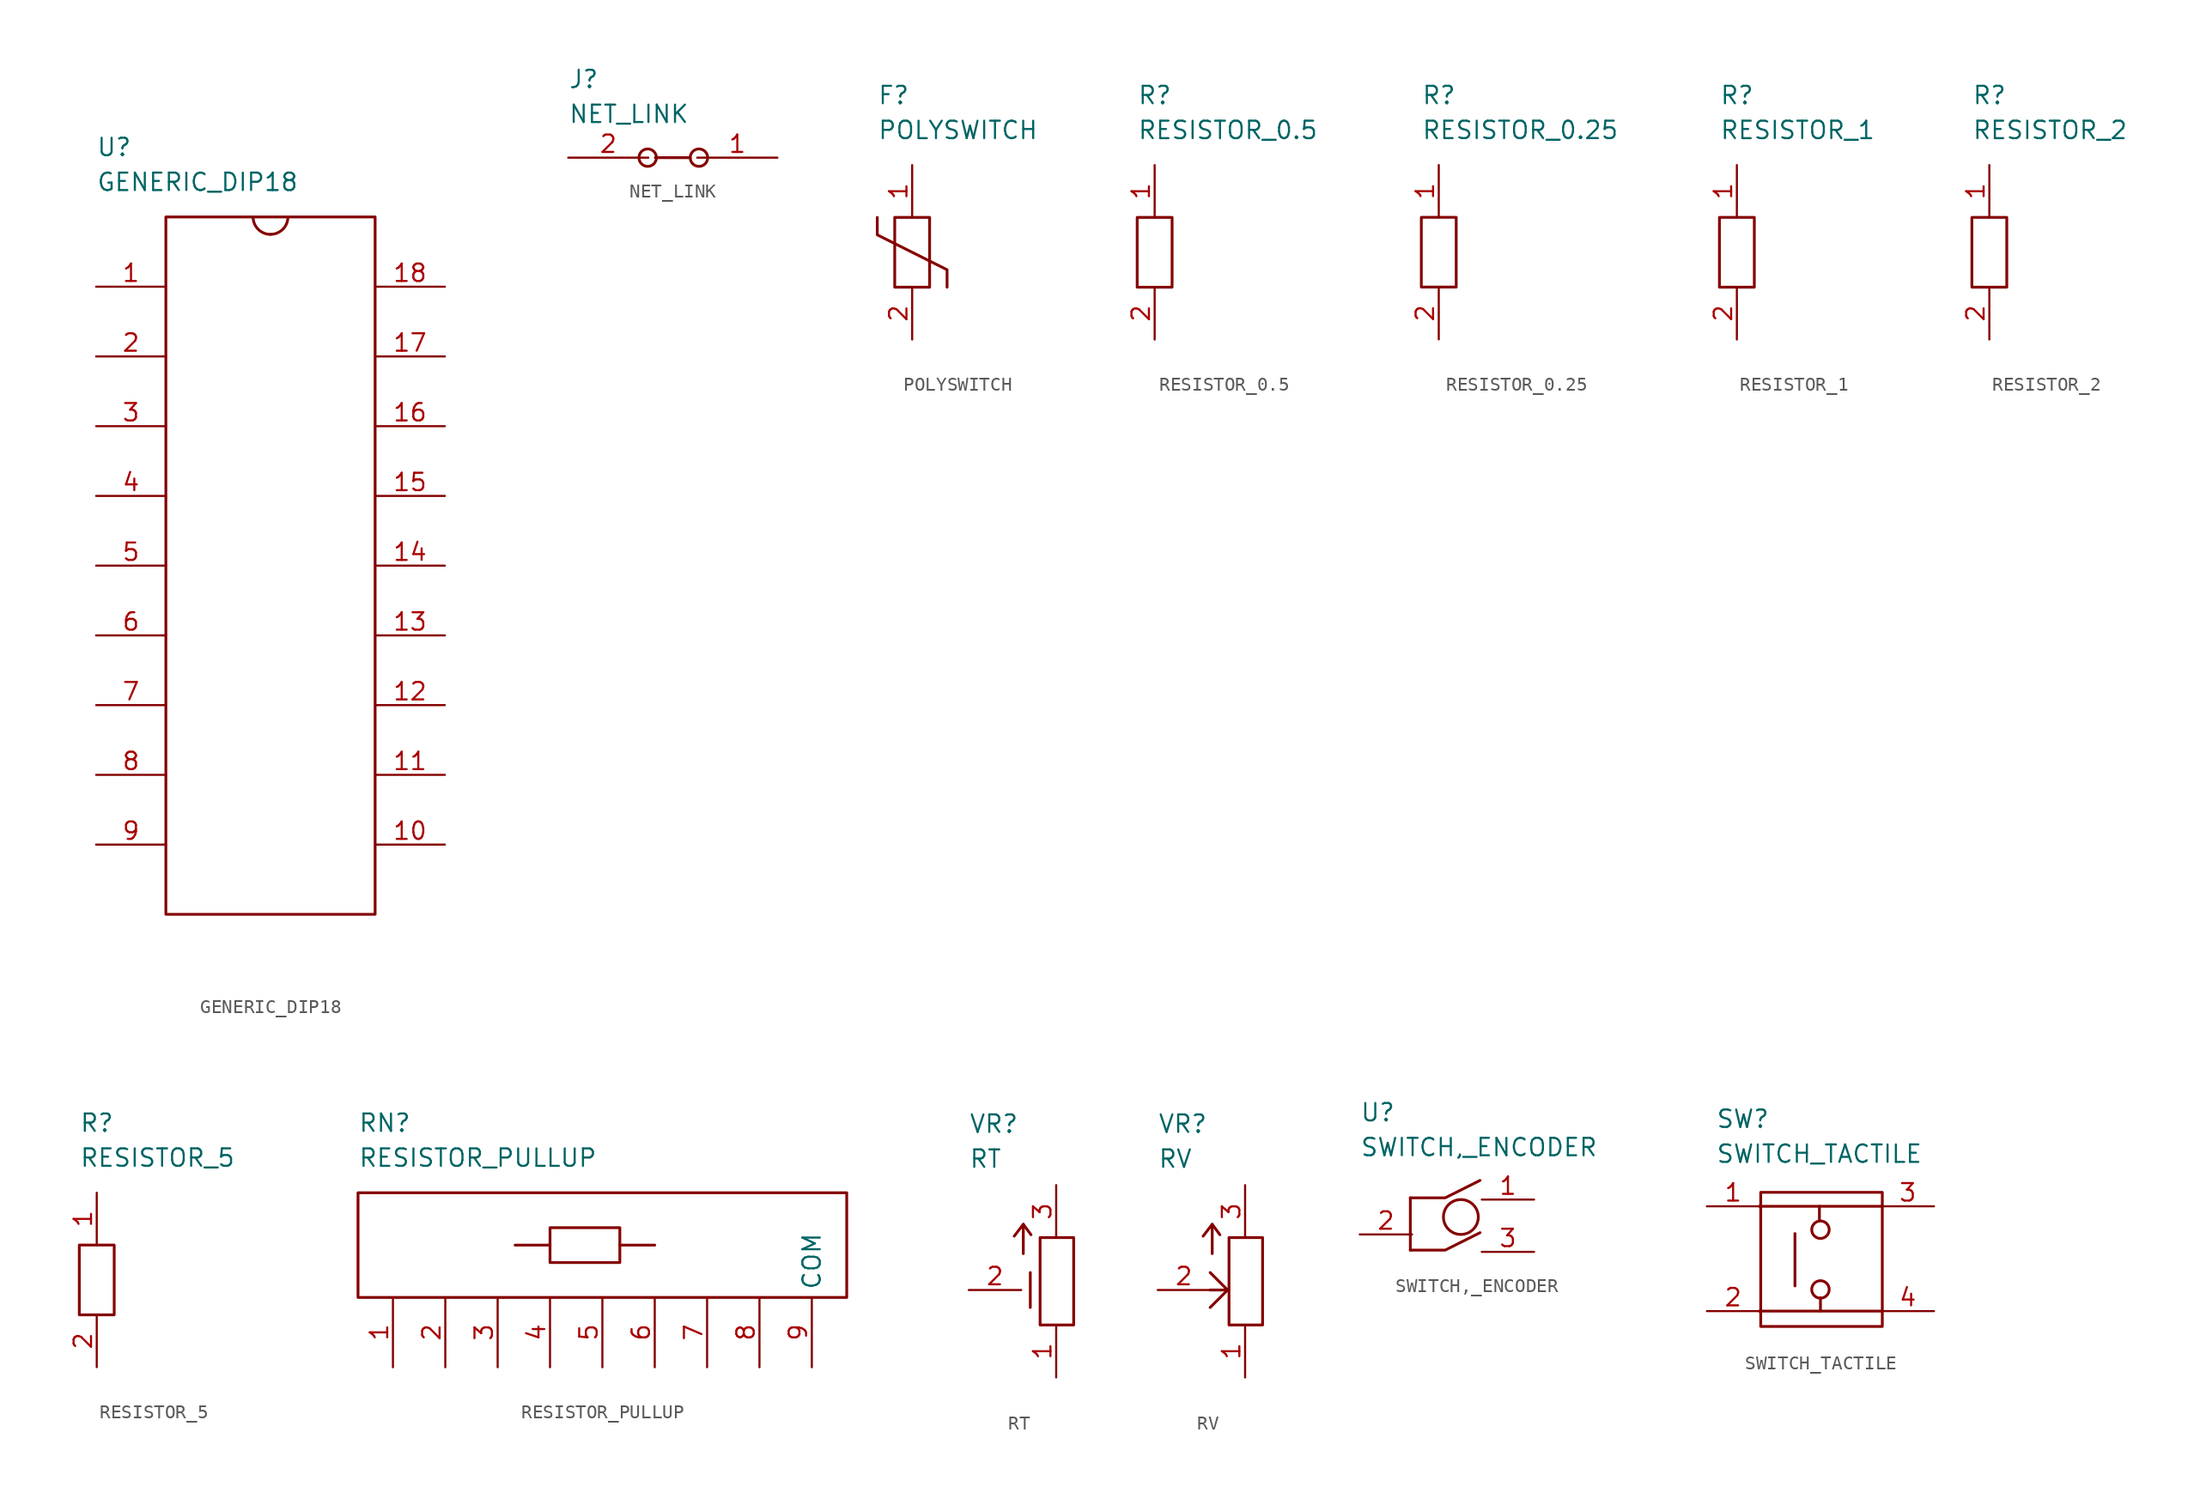
<source format=kicad_sym>
(kicad_symbol_lib
  (version 20211014)
  (generator kicad_symbol_editor)
  (symbol "GENERIC_DIP18"
    (property "Reference" "U"
      (at -12.7 30.48 0)
      (effects (font (size 1.27 1.27)) (justify left)))
    (property "Value" "GENERIC_DIP18"
      (at -12.7 27.94 0)
      (effects (font (size 1.27 1.27)) (justify left)))
    (property "ki_locked" ""
      (at 0 0 0)
      (effects (font (size 1.27 1.27))))
    (symbol "GENERIC_DIP18_0_0"
      (rectangle (start -7.62 25.4) (end 7.62 -25.4) (stroke (width 0.203) (type default) (color 0 0 0 0)) (fill (type none)))
      (arc (start -1.27 25.4) (mid -0.898 24.502) (end 0 24.13) (stroke (width 0.2032) (type default) (color 0 0 0 0)) (fill (type none)))
      (arc (start 0 24.13) (mid 0.898 24.502) (end 1.27 25.4) (stroke (width 0.2032) (type default) (color 0 0 0 0)) (fill (type none))))
    (symbol "GENERIC_DIP18_1_0"
      (pin unspecified line (at -12.7 20.32 0) (length 5.08) (name "~" (effects (font (size 1.27 1.27)))) (number "1" (effects (font (size 1.27 1.27)))))
      (pin unspecified line (at 12.7 -20.32 180) (length 5.08) (name "~" (effects (font (size 1.27 1.27)))) (number "10" (effects (font (size 1.27 1.27)))))
      (pin unspecified line (at 12.7 -15.24 180) (length 5.08) (name "~" (effects (font (size 1.27 1.27)))) (number "11" (effects (font (size 1.27 1.27)))))
      (pin unspecified line (at 12.7 -10.16 180) (length 5.08) (name "~" (effects (font (size 1.27 1.27)))) (number "12" (effects (font (size 1.27 1.27)))))
      (pin unspecified line (at 12.7 -5.08 180) (length 5.08) (name "~" (effects (font (size 1.27 1.27)))) (number "13" (effects (font (size 1.27 1.27)))))
      (pin unspecified line (at 12.7 0 180) (length 5.08) (name "~" (effects (font (size 1.27 1.27)))) (number "14" (effects (font (size 1.27 1.27)))))
      (pin unspecified line (at 12.7 5.08 180) (length 5.08) (name "~" (effects (font (size 1.27 1.27)))) (number "15" (effects (font (size 1.27 1.27)))))
      (pin unspecified line (at 12.7 10.16 180) (length 5.08) (name "~" (effects (font (size 1.27 1.27)))) (number "16" (effects (font (size 1.27 1.27)))))
      (pin unspecified line (at 12.7 15.24 180) (length 5.08) (name "~" (effects (font (size 1.27 1.27)))) (number "17" (effects (font (size 1.27 1.27)))))
      (pin unspecified line (at 12.7 20.32 180) (length 5.08) (name "~" (effects (font (size 1.27 1.27)))) (number "18" (effects (font (size 1.27 1.27)))))
      (pin unspecified line (at -12.7 15.24 0) (length 5.08) (name "~" (effects (font (size 1.27 1.27)))) (number "2" (effects (font (size 1.27 1.27)))))
      (pin unspecified line (at -12.7 10.16 0) (length 5.08) (name "~" (effects (font (size 1.27 1.27)))) (number "3" (effects (font (size 1.27 1.27)))))
      (pin unspecified line (at -12.7 5.08 0) (length 5.08) (name "~" (effects (font (size 1.27 1.27)))) (number "4" (effects (font (size 1.27 1.27)))))
      (pin unspecified line (at -12.7 0 0) (length 5.08) (name "~" (effects (font (size 1.27 1.27)))) (number "5" (effects (font (size 1.27 1.27)))))
      (pin unspecified line (at -12.7 -5.08 0) (length 5.08) (name "~" (effects (font (size 1.27 1.27)))) (number "6" (effects (font (size 1.27 1.27)))))
      (pin unspecified line (at -12.7 -10.16 0) (length 5.08) (name "~" (effects (font (size 1.27 1.27)))) (number "7" (effects (font (size 1.27 1.27)))))
      (pin unspecified line (at -12.7 -15.24 0) (length 5.08) (name "~" (effects (font (size 1.27 1.27)))) (number "8" (effects (font (size 1.27 1.27)))))
      (pin unspecified line (at -12.7 -20.32 0) (length 5.08) (name "~" (effects (font (size 1.27 1.27)))) (number "9" (effects (font (size 1.27 1.27)))))))
  (symbol "NET_LINK"
    (property "Reference" "J"
      (at -7.62 5.715 0)
      (effects (font (size 1.27 1.27)) (justify left)))
    (property "Value" "NET_LINK"
      (at -7.62 3.175 0)
      (effects (font (size 1.27 1.27)) (justify left)))
    (property "ki_locked" ""
      (at 0 0 0)
      (effects (font (size 1.27 1.27))))
    (symbol "NET_LINK_0_0"
      (circle (center -1.829 0) (radius 0.635) (stroke (width 0.203) (type default) (color 0 0 0 0)) (fill (type none)))
      (polyline (pts (xy -1.27 0) (xy 1.27 0)) (stroke (width 0.203) (type default) (color 0 0 0 0)) (fill (type none)))
      (circle (center 1.905 0) (radius 0.635) (stroke (width 0.203) (type default) (color 0 0 0 0)) (fill (type none))))
    (symbol "NET_LINK_1_0"
      (pin unspecified line (at 7.62 0 180) (length 5.842) (name "~" (effects (font (size 1.27 1.27)))) (number "1" (effects (font (size 1.27 1.27)))))
      (pin unspecified line (at -7.62 0 0) (length 5.842) (name "~" (effects (font (size 1.27 1.27)))) (number "2" (effects (font (size 1.27 1.27)))))))
  (symbol "POLYSWITCH"
    (property "Reference" "F"
      (at -2.54 11.43 0)
      (effects (font (size 1.27 1.27)) (justify left)))
    (property "Value" "POLYSWITCH"
      (at -2.54 8.89 0)
      (effects (font (size 1.27 1.27)) (justify left)))
    (property "ki_locked" ""
      (at 0 0 0)
      (effects (font (size 1.27 1.27))))
    (symbol "POLYSWITCH_0_0"
      (rectangle (start -1.27 2.54) (end 1.27 -2.54) (stroke (width 0.203) (type default) (color 0 0 0 0)) (fill (type none)))
      (polyline (pts (xy -2.54 2.54) (xy -2.54 1.27) (xy 2.54 -1.27) (xy 2.54 -2.54)) (stroke (width 0.203) (type default) (color 0 0 0 0)) (fill (type none))))
    (symbol "POLYSWITCH_1_0"
      (pin unspecified line (at 0 6.35 270) (length 3.81) (name "~" (effects (font (size 1.27 1.27)))) (number "1" (effects (font (size 1.27 1.27)))))
      (pin unspecified line (at 0 -6.35 90) (length 3.81) (name "~" (effects (font (size 1.27 1.27)))) (number "2" (effects (font (size 1.27 1.27)))))))
  (symbol "RESISTOR_0.5"
    (property "Reference" "R"
      (at -1.27 11.43 0)
      (effects (font (size 1.27 1.27)) (justify left)))
    (property "Value" "RESISTOR_0.5"
      (at -1.27 8.89 0)
      (effects (font (size 1.27 1.27)) (justify left)))
    (property "ki_locked" ""
      (at 0 0 0)
      (effects (font (size 1.27 1.27))))
    (symbol "RESISTOR_0.5_0_0"
      (rectangle (start -1.27 2.54) (end 1.27 -2.54) (stroke (width 0.203) (type default) (color 0 0 0 0)) (fill (type none))))
    (symbol "RESISTOR_0.5_1_0"
      (pin unspecified line (at 0 6.35 270) (length 3.81) (name "~" (effects (font (size 1.27 1.27)))) (number "1" (effects (font (size 1.27 1.27)))))
      (pin unspecified line (at 0 -6.35 90) (length 3.81) (name "~" (effects (font (size 1.27 1.27)))) (number "2" (effects (font (size 1.27 1.27)))))))
  (symbol "RESISTOR_0.25"
    (property "Reference" "R"
      (at -1.27 11.43 0)
      (effects (font (size 1.27 1.27)) (justify left)))
    (property "Value" "RESISTOR_0.25"
      (at -1.27 8.89 0)
      (effects (font (size 1.27 1.27)) (justify left)))
    (property "ki_locked" ""
      (at 0 0 0)
      (effects (font (size 1.27 1.27))))
    (symbol "RESISTOR_0.25_0_0"
      (rectangle (start -1.27 2.54) (end 1.27 -2.54) (stroke (width 0.203) (type default) (color 0 0 0 0)) (fill (type none))))
    (symbol "RESISTOR_0.25_1_0"
      (pin unspecified line (at 0 6.35 270) (length 3.81) (name "~" (effects (font (size 1.27 1.27)))) (number "1" (effects (font (size 1.27 1.27)))))
      (pin unspecified line (at 0 -6.35 90) (length 3.81) (name "~" (effects (font (size 1.27 1.27)))) (number "2" (effects (font (size 1.27 1.27)))))))
  (symbol "RESISTOR_1"
    (property "Reference" "R"
      (at -1.27 11.43 0)
      (effects (font (size 1.27 1.27)) (justify left)))
    (property "Value" "RESISTOR_1"
      (at -1.27 8.89 0)
      (effects (font (size 1.27 1.27)) (justify left)))
    (property "ki_locked" ""
      (at 0 0 0)
      (effects (font (size 1.27 1.27))))
    (symbol "RESISTOR_1_0_0"
      (rectangle (start -1.27 2.54) (end 1.27 -2.54) (stroke (width 0.203) (type default) (color 0 0 0 0)) (fill (type none))))
    (symbol "RESISTOR_1_1_0"
      (pin unspecified line (at 0 6.35 270) (length 3.81) (name "~" (effects (font (size 1.27 1.27)))) (number "1" (effects (font (size 1.27 1.27)))))
      (pin unspecified line (at 0 -6.35 90) (length 3.81) (name "~" (effects (font (size 1.27 1.27)))) (number "2" (effects (font (size 1.27 1.27)))))))
  (symbol "RESISTOR_2"
    (property "Reference" "R"
      (at -1.27 11.43 0)
      (effects (font (size 1.27 1.27)) (justify left)))
    (property "Value" "RESISTOR_2"
      (at -1.27 8.89 0)
      (effects (font (size 1.27 1.27)) (justify left)))
    (property "ki_locked" ""
      (at 0 0 0)
      (effects (font (size 1.27 1.27))))
    (symbol "RESISTOR_2_0_0"
      (rectangle (start -1.27 2.54) (end 1.27 -2.54) (stroke (width 0.203) (type default) (color 0 0 0 0)) (fill (type none))))
    (symbol "RESISTOR_2_1_0"
      (pin unspecified line (at 0 6.35 270) (length 3.81) (name "~" (effects (font (size 1.27 1.27)))) (number "1" (effects (font (size 1.27 1.27)))))
      (pin unspecified line (at 0 -6.35 90) (length 3.81) (name "~" (effects (font (size 1.27 1.27)))) (number "2" (effects (font (size 1.27 1.27)))))))
  (symbol "RESISTOR_5"
    (property "Reference" "R"
      (at -1.27 11.43 0)
      (effects (font (size 1.27 1.27)) (justify left)))
    (property "Value" "RESISTOR_5"
      (at -1.27 8.89 0)
      (effects (font (size 1.27 1.27)) (justify left)))
    (property "ki_locked" ""
      (at 0 0 0)
      (effects (font (size 1.27 1.27))))
    (symbol "RESISTOR_5_0_0"
      (rectangle (start -1.27 2.54) (end 1.27 -2.54) (stroke (width 0.203) (type default) (color 0 0 0 0)) (fill (type none))))
    (symbol "RESISTOR_5_1_0"
      (pin unspecified line (at 0 6.35 270) (length 3.81) (name "~" (effects (font (size 1.27 1.27)))) (number "1" (effects (font (size 1.27 1.27)))))
      (pin unspecified line (at 0 -6.35 90) (length 3.81) (name "~" (effects (font (size 1.27 1.27)))) (number "2" (effects (font (size 1.27 1.27)))))))
  (symbol "RESISTOR_PULLUP"
    (property "Reference" "RN"
      (at -17.78 11.43 0)
      (effects (font (size 1.27 1.27)) (justify left)))
    (property "Value" "RESISTOR_PULLUP"
      (at -17.78 8.89 0)
      (effects (font (size 1.27 1.27)) (justify left)))
    (property "ki_locked" ""
      (at 0 0 0)
      (effects (font (size 1.27 1.27))))
    (symbol "RESISTOR_PULLUP_0_0"
      (rectangle (start -17.78 6.35) (end 17.78 -1.27) (stroke (width 0.203) (type default) (color 0 0 0 0)) (fill (type none)))
      (rectangle (start -3.81 3.81) (end 1.27 1.27) (stroke (width 0.203) (type default) (color 0 0 0 0)) (fill (type none)))
      (polyline (pts (xy -6.35 2.54) (xy -3.81 2.54)) (stroke (width 0.203) (type default) (color 0 0 0 0)) (fill (type none)))
      (polyline (pts (xy 1.27 2.54) (xy 3.81 2.54)) (stroke (width 0.203) (type default) (color 0 0 0 0)) (fill (type none))))
    (symbol "RESISTOR_PULLUP_1_0"
      (pin unspecified line (at -15.24 -6.35 90) (length 5.08) (name "~" (effects (font (size 1.27 1.27)))) (number "1" (effects (font (size 1.27 1.27)))))
      (pin unspecified line (at -11.43 -6.35 90) (length 5.08) (name "~" (effects (font (size 1.27 1.27)))) (number "2" (effects (font (size 1.27 1.27)))))
      (pin unspecified line (at -7.62 -6.35 90) (length 5.08) (name "~" (effects (font (size 1.27 1.27)))) (number "3" (effects (font (size 1.27 1.27)))))
      (pin unspecified line (at -3.81 -6.35 90) (length 5.08) (name "~" (effects (font (size 1.27 1.27)))) (number "4" (effects (font (size 1.27 1.27)))))
      (pin unspecified line (at 0 -6.35 90) (length 5.08) (name "~" (effects (font (size 1.27 1.27)))) (number "5" (effects (font (size 1.27 1.27)))))
      (pin unspecified line (at 3.81 -6.35 90) (length 5.08) (name "~" (effects (font (size 1.27 1.27)))) (number "6" (effects (font (size 1.27 1.27)))))
      (pin unspecified line (at 7.62 -6.35 90) (length 5.08) (name "~" (effects (font (size 1.27 1.27)))) (number "7" (effects (font (size 1.27 1.27)))))
      (pin unspecified line (at 11.43 -6.35 90) (length 5.08) (name "~" (effects (font (size 1.27 1.27)))) (number "8" (effects (font (size 1.27 1.27)))))
      (pin unspecified line (at 15.24 -6.35 90) (length 5.08) (name "COM" (effects (font (size 1.27 1.27)))) (number "9" (effects (font (size 1.27 1.27)))))))
  (symbol "RT"
    (property "Reference" "VR"
      (at -3.81 12.065 0)
      (effects (font (size 1.27 1.27)) (justify left)))
    (property "Value" "RT"
      (at -3.81 9.525 0)
      (effects (font (size 1.27 1.27)) (justify left)))
    (property "ki_locked" ""
      (at 0 0 0)
      (effects (font (size 1.27 1.27))))
    (symbol "RT_0_0"
      (polyline (pts (xy 0.152 4.775) (xy 0.711 4.013)) (stroke (width 0.203) (type default) (color 0 0 0 0)) (fill (type none)))
      (polyline (pts (xy 0.66 -1.27) (xy 0.66 1.27)) (stroke (width 0.203) (type default) (color 0 0 0 0)) (fill (type none)))
      (polyline (pts (xy 0.152 2.642) (xy 0.152 4.775) (xy -0.508 3.912)) (stroke (width 0.203) (type default) (color 0 0 0 0)) (fill (type none)))
      (rectangle (start 1.372 3.81) (end 3.81 -2.54) (stroke (width 0.203) (type default) (color 0 0 0 0)) (fill (type none))))
    (symbol "RT_1_0"
      (pin unspecified line (at 2.54 -6.35 90) (length 3.81) (name "~" (effects (font (size 1.27 1.27)))) (number "1" (effects (font (size 1.27 1.27)))))
      (pin unspecified line (at -3.81 0 0) (length 3.81) (name "~" (effects (font (size 1.27 1.27)))) (number "2" (effects (font (size 1.27 1.27)))))
      (pin unspecified line (at 2.54 7.62 270) (length 3.81) (name "~" (effects (font (size 1.27 1.27)))) (number "3" (effects (font (size 1.27 1.27)))))))
  (symbol "RV"
    (property "Reference" "VR"
      (at -3.81 12.065 0)
      (effects (font (size 1.27 1.27)) (justify left)))
    (property "Value" "RV"
      (at -3.81 9.525 0)
      (effects (font (size 1.27 1.27)) (justify left)))
    (property "ki_locked" ""
      (at 0 0 0)
      (effects (font (size 1.27 1.27))))
    (symbol "RV_0_0"
      (polyline (pts (xy 0 0) (xy 1.27 0)) (stroke (width 0.203) (type default) (color 0 0 0 0)) (fill (type none)))
      (polyline (pts (xy 0.152 4.775) (xy 0.711 4.013)) (stroke (width 0.203) (type default) (color 0 0 0 0)) (fill (type none)))
      (polyline (pts (xy 0 1.27) (xy 1.27 0) (xy 0 -1.27)) (stroke (width 0.203) (type default) (color 0 0 0 0)) (fill (type none)))
      (polyline (pts (xy 0.152 2.642) (xy 0.152 4.775) (xy -0.508 3.912)) (stroke (width 0.203) (type default) (color 0 0 0 0)) (fill (type none)))
      (rectangle (start 1.372 3.81) (end 3.81 -2.54) (stroke (width 0.203) (type default) (color 0 0 0 0)) (fill (type none))))
    (symbol "RV_1_0"
      (pin unspecified line (at 2.54 -6.35 90) (length 3.81) (name "~" (effects (font (size 1.27 1.27)))) (number "1" (effects (font (size 1.27 1.27)))))
      (pin unspecified line (at -3.81 0 0) (length 3.81) (name "~" (effects (font (size 1.27 1.27)))) (number "2" (effects (font (size 1.27 1.27)))))
      (pin unspecified line (at 2.54 7.62 270) (length 3.81) (name "~" (effects (font (size 1.27 1.27)))) (number "3" (effects (font (size 1.27 1.27)))))))
  (symbol "SWITCH,_ENCODER"
    (property "Reference" "U"
      (at -6.35 7.62 0)
      (effects (font (size 1.27 1.27)) (justify left)))
    (property "Value" "SWITCH,_ENCODER"
      (at -6.35 5.08 0)
      (effects (font (size 1.27 1.27)) (justify left)))
    (property "ki_locked" ""
      (at 0 0 0)
      (effects (font (size 1.27 1.27))))
    (symbol "SWITCH,_ENCODER_0_0"
      (polyline (pts (xy -2.667 1.397) (xy -2.667 -2.413)) (stroke (width 0.203) (type default) (color 0 0 0 0)) (fill (type none)))
      (polyline (pts (xy -2.667 -2.413) (xy -0.127 -2.413) (xy 2.413 -1.143)) (stroke (width 0.203) (type default) (color 0 0 0 0)) (fill (type none)))
      (polyline (pts (xy -2.667 1.397) (xy -0.127 1.397) (xy 2.413 2.667)) (stroke (width 0.203) (type default) (color 0 0 0 0)) (fill (type none)))
      (circle (center 1.016 0) (radius 1.27) (stroke (width 0.203) (type default) (color 0 0 0 0)) (fill (type none))))
    (symbol "SWITCH,_ENCODER_1_0"
      (pin unspecified line (at 6.35 1.27 180) (length 3.81) (name "~" (effects (font (size 1.27 1.27)))) (number "1" (effects (font (size 1.27 1.27)))))
      (pin unspecified line (at -6.35 -1.27 0) (length 3.81) (name "~" (effects (font (size 1.27 1.27)))) (number "2" (effects (font (size 1.27 1.27)))))
      (pin unspecified line (at 6.35 -2.54 180) (length 3.81) (name "~" (effects (font (size 1.27 1.27)))) (number "3" (effects (font (size 1.27 1.27)))))))
  (symbol "SWITCH_TACTILE"
    (property "Reference" "SW"
      (at -8.255 10.16 0)
      (effects (font (size 1.27 1.27)) (justify left)))
    (property "Value" "SWITCH_TACTILE"
      (at -8.255 7.62 0)
      (effects (font (size 1.27 1.27)) (justify left)))
    (property "ki_locked" ""
      (at 0 0 0)
      (effects (font (size 1.27 1.27))))
    (symbol "SWITCH_TACTILE_0_0"
      (rectangle (start -4.978 4.826) (end 3.861 -4.928) (stroke (width 0.203) (type default) (color 0 0 0 0)) (fill (type none)))
      (circle (center -0.635 -2.235) (radius 0.635) (stroke (width 0.203) (type default) (color 0 0 0 0)) (fill (type none)))
      (circle (center -0.635 2.108) (radius 0.635) (stroke (width 0.203) (type default) (color 0 0 0 0)) (fill (type none)))
      (polyline (pts (xy -5.08 -3.81) (xy 3.81 -3.81)) (stroke (width 0.203) (type default) (color 0 0 0 0)) (fill (type none)))
      (polyline (pts (xy -5.08 3.81) (xy 3.81 3.81)) (stroke (width 0.203) (type default) (color 0 0 0 0)) (fill (type none)))
      (polyline (pts (xy -2.489 1.829) (xy -2.489 -1.981)) (stroke (width 0.203) (type default) (color 0 0 0 0)) (fill (type none)))
      (polyline (pts (xy -0.711 3.81) (xy -0.711 2.845)) (stroke (width 0.203) (type default) (color 0 0 0 0)) (fill (type none)))
      (polyline (pts (xy -0.635 -2.845) (xy -0.635 -3.81)) (stroke (width 0.203) (type default) (color 0 0 0 0)) (fill (type none))))
    (symbol "SWITCH_TACTILE_1_0"
      (pin unspecified line (at -8.89 3.81 0) (length 3.81) (name "~" (effects (font (size 1.27 1.27)))) (number "1" (effects (font (size 1.27 1.27)))))
      (pin unspecified line (at -8.89 -3.81 0) (length 3.81) (name "~" (effects (font (size 1.27 1.27)))) (number "2" (effects (font (size 1.27 1.27)))))
      (pin unspecified line (at 7.62 3.81 180) (length 3.81) (name "~" (effects (font (size 1.27 1.27)))) (number "3" (effects (font (size 1.27 1.27)))))
      (pin unspecified line (at 7.62 -3.81 180) (length 3.81) (name "~" (effects (font (size 1.27 1.27)))) (number "4" (effects (font (size 1.27 1.27))))))))
</source>
